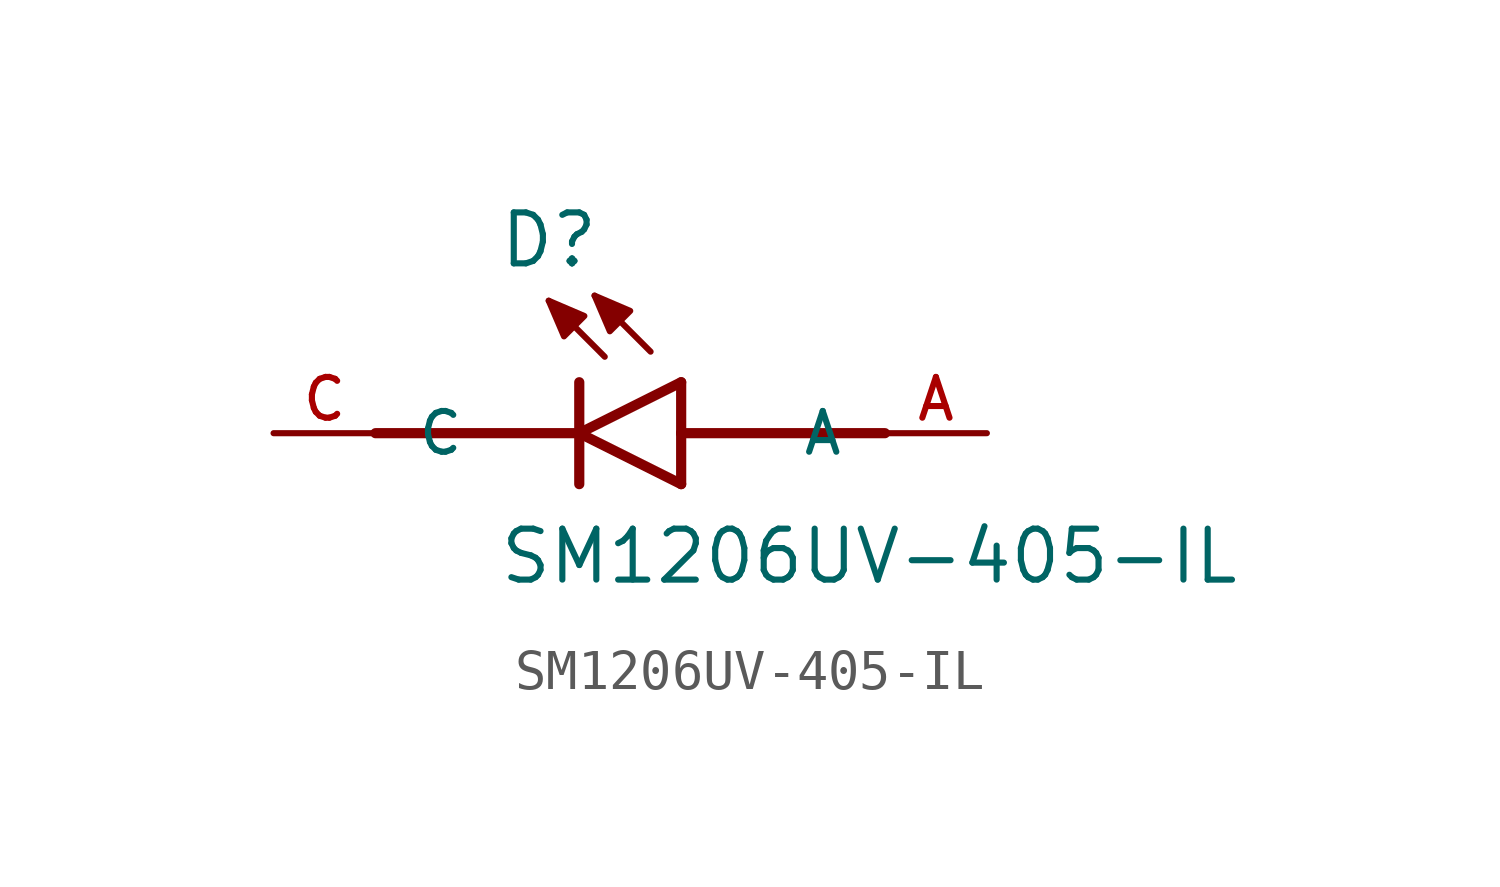
<source format=kicad_sym>
(kicad_symbol_lib
  (version 20211014)
  (generator kicad_symbol_editor)
  (symbol "SM1206UV-405-IL"
    (pin_names
      (offset 1.016))
    (property "Reference" "D"
      (at -2.035 4.07 0)
      (effects (font (size 1.27 1.27)) (justify bottom left)))
    (property "Value" "SM1206UV-405-IL"
      (at -2.034 -3.813 0)
      (effects (font (size 1.27 1.27)) (justify bottom left)))
    (symbol "SM1206UV-405-IL_0_0"
      (polyline (pts (xy 2.54 -1.27) (xy 0.0 0.0)) (stroke (width 0.254)))
      (polyline (pts (xy 0.0 0.0) (xy 2.54 1.27)) (stroke (width 0.254)))
      (polyline (pts (xy 0.0 -1.27) (xy 0.0 0.0)) (stroke (width 0.254)))
      (polyline (pts (xy 0.0 0.0) (xy 0.0 1.27)) (stroke (width 0.254)))
      (polyline (pts (xy 2.54 -1.27) (xy 2.54 0.0)) (stroke (width 0.254)))
      (polyline (pts (xy 2.54 0.0) (xy 2.54 1.27)) (stroke (width 0.254)))
      (polyline (pts (xy 1.778 2.032) (xy 0.381 3.429)) (stroke (width 0.152)))
      (polyline (pts (xy 0.635 1.905) (xy -0.762 3.302)) (stroke (width 0.152)))
      (polyline (pts (xy 0.381 3.429) (xy 1.27 3.048) (xy 0.762 2.54) (xy 0.381 3.429)) (stroke (width 0.152)) (fill (type outline)))
      (polyline (pts (xy -0.762 3.302) (xy 0.127 2.921) (xy -0.381 2.413) (xy -0.762 3.302)) (stroke (width 0.152)) (fill (type outline)))
      (polyline (pts (xy -5.08 0.0) (xy 0.0 0.0)) (stroke (width 0.254)))
      (polyline (pts (xy 2.54 0.0) (xy 7.62 0.0)) (stroke (width 0.254)))
      (pin passive line (at -7.62 0.0 0) (length 2.54) (name "C" (effects (font (size 1.016 1.016)))) (number "C" (effects (font (size 1.016 1.016)))))
      (pin passive line (at 10.16 0.0 180.0) (length 2.54) (name "A" (effects (font (size 1.016 1.016)))) (number "A" (effects (font (size 1.016 1.016))))))))
</source>
